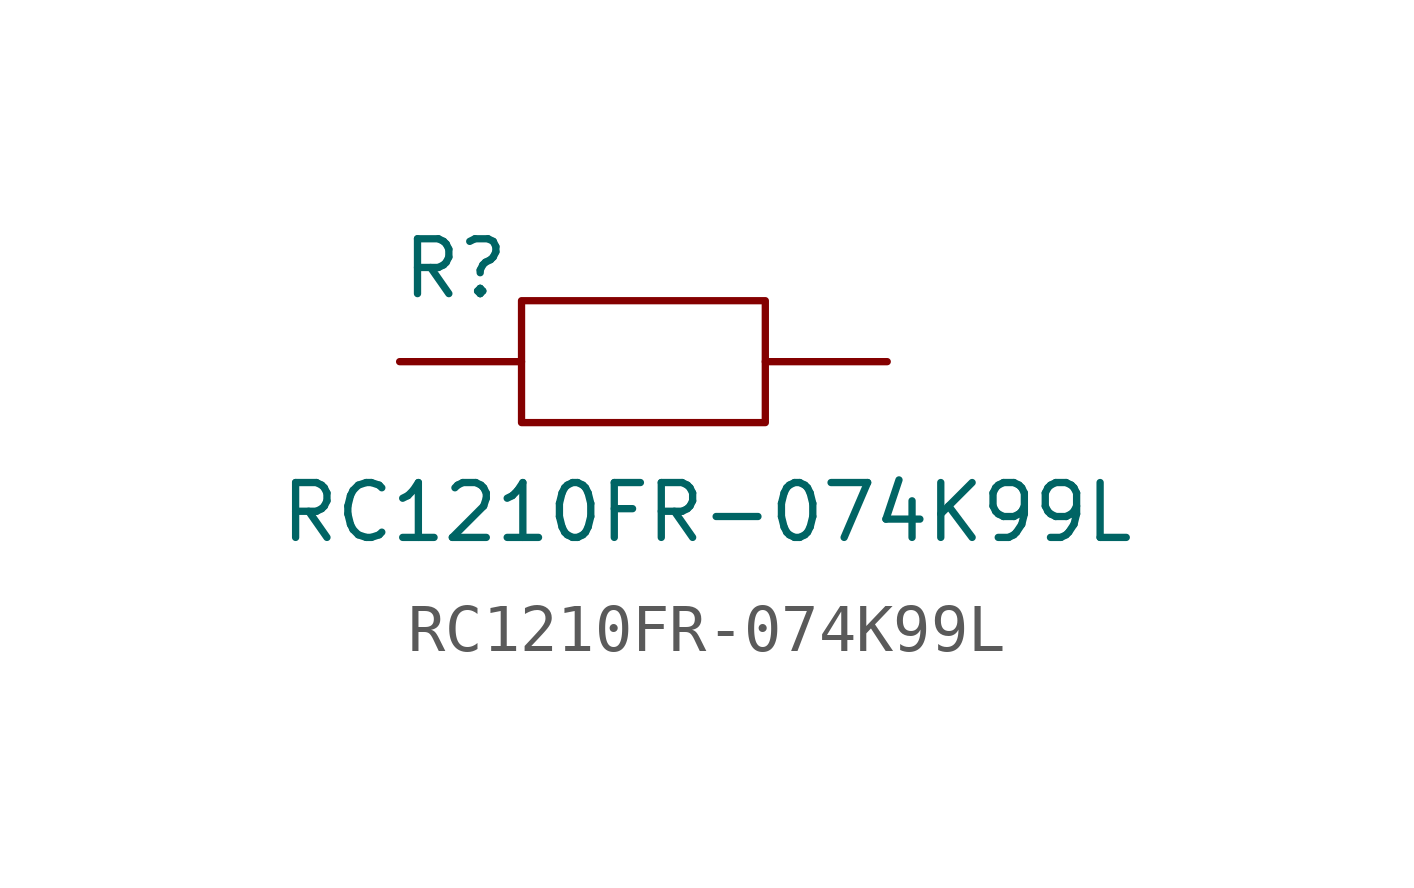
<source format=kicad_sym>
(kicad_symbol_lib
  (version 20211014)
  (generator kicad_symbol_editor)
  (symbol "RC1210FR-074K99L"
    (pin_numbers hide)
    (pin_names
      (offset 1.016) hide)
    (property "Reference" "R"
      (at -5.08 1.27 0)
      (effects (font (size 1.143 1.143)) (justify left bottom)))
    (property "Value" "RC1210FR-074K99L"
      (at -7.62 -3.81 0)
      (effects (font (size 1.143 1.143)) (justify left bottom)))
    (symbol "RC1210FR-074K99L_0_1"
      (rectangle (start -2.54 1.27) (end 2.54 -1.27) (stroke (width 0) (type default) (color 0 0 0 0)) (fill (type none))))
    (symbol "RC1210FR-074K99L_1_1"
      (pin passive line (at -5.08 0 0) (length 2.54) (name "1" (effects (font (size 1.016 1.016)))) (number "1" (effects (font (size 1.016 1.016)))))
      (pin passive line (at 5.08 0 180) (length 2.54) (name "2" (effects (font (size 1.016 1.016)))) (number "2" (effects (font (size 1.016 1.016))))))))
</source>
